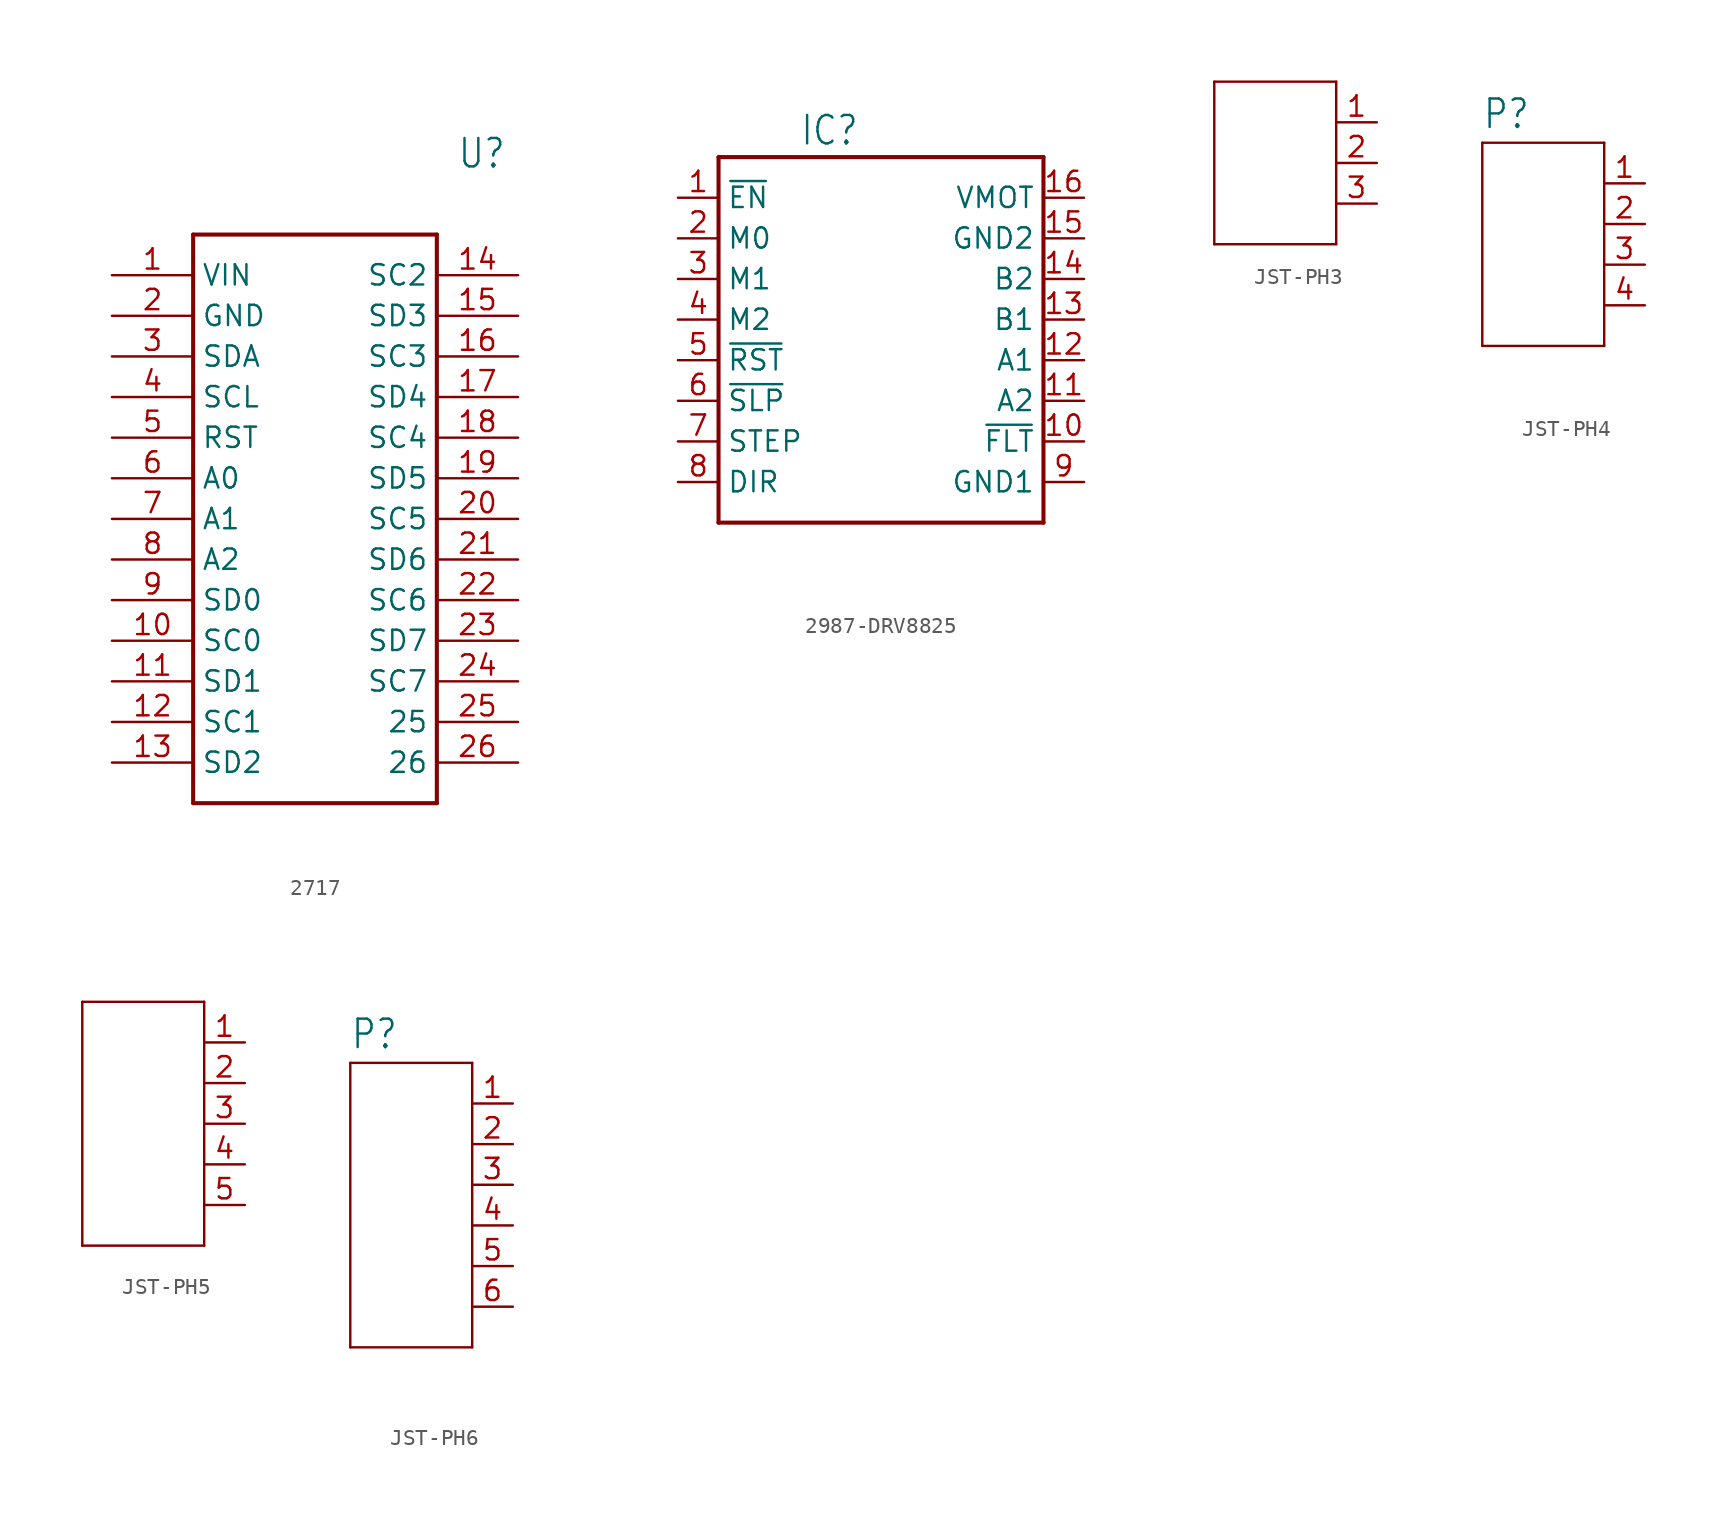
<source format=kicad_sym>
(kicad_symbol_lib
  (version 20231120)
  (generator "kicad_symbol_editor")
  (generator_version "8.0")
  (symbol "2717"
    (property "Reference" "U"
      (at 21.59 7.62 0)
      (effects (font (size 1.778 1.511)) (justify left)))
    (property "Value" ""
      (at 21.59 5.08 0)
      (effects (font (size 1.778 1.511)) (justify left)))
    (property "ki_locked" ""
      (at 0 0 0)
      (effects (font (size 1.27 1.27))))
    (symbol "2717_1_0"
      (polyline (pts (xy 5.08 2.54) (xy 5.08 -33.02)) (stroke (width 0.254) (type solid)) (fill (type none)))
      (polyline (pts (xy 5.08 2.54) (xy 20.32 2.54)) (stroke (width 0.254) (type solid)) (fill (type none)))
      (polyline (pts (xy 20.32 -33.02) (xy 5.08 -33.02)) (stroke (width 0.254) (type solid)) (fill (type none)))
      (polyline (pts (xy 20.32 -33.02) (xy 20.32 2.54)) (stroke (width 0.254) (type solid)) (fill (type none)))
      (pin bidirectional line (at 0 0 0) (length 5.08) (name "VIN" (effects (font (size 1.27 1.27)))) (number "1" (effects (font (size 1.27 1.27)))))
      (pin bidirectional line (at 0 -22.86 0) (length 5.08) (name "SC0" (effects (font (size 1.27 1.27)))) (number "10" (effects (font (size 1.27 1.27)))))
      (pin bidirectional line (at 0 -25.4 0) (length 5.08) (name "SD1" (effects (font (size 1.27 1.27)))) (number "11" (effects (font (size 1.27 1.27)))))
      (pin bidirectional line (at 0 -27.94 0) (length 5.08) (name "SC1" (effects (font (size 1.27 1.27)))) (number "12" (effects (font (size 1.27 1.27)))))
      (pin bidirectional line (at 0 -30.48 0) (length 5.08) (name "SD2" (effects (font (size 1.27 1.27)))) (number "13" (effects (font (size 1.27 1.27)))))
      (pin bidirectional line (at 25.4 0 180) (length 5.08) (name "SC2" (effects (font (size 1.27 1.27)))) (number "14" (effects (font (size 1.27 1.27)))))
      (pin bidirectional line (at 25.4 -2.54 180) (length 5.08) (name "SD3" (effects (font (size 1.27 1.27)))) (number "15" (effects (font (size 1.27 1.27)))))
      (pin bidirectional line (at 25.4 -5.08 180) (length 5.08) (name "SC3" (effects (font (size 1.27 1.27)))) (number "16" (effects (font (size 1.27 1.27)))))
      (pin bidirectional line (at 25.4 -7.62 180) (length 5.08) (name "SD4" (effects (font (size 1.27 1.27)))) (number "17" (effects (font (size 1.27 1.27)))))
      (pin bidirectional line (at 25.4 -10.16 180) (length 5.08) (name "SC4" (effects (font (size 1.27 1.27)))) (number "18" (effects (font (size 1.27 1.27)))))
      (pin bidirectional line (at 25.4 -12.7 180) (length 5.08) (name "SD5" (effects (font (size 1.27 1.27)))) (number "19" (effects (font (size 1.27 1.27)))))
      (pin bidirectional line (at 0 -2.54 0) (length 5.08) (name "GND" (effects (font (size 1.27 1.27)))) (number "2" (effects (font (size 1.27 1.27)))))
      (pin bidirectional line (at 25.4 -15.24 180) (length 5.08) (name "SC5" (effects (font (size 1.27 1.27)))) (number "20" (effects (font (size 1.27 1.27)))))
      (pin bidirectional line (at 25.4 -17.78 180) (length 5.08) (name "SD6" (effects (font (size 1.27 1.27)))) (number "21" (effects (font (size 1.27 1.27)))))
      (pin bidirectional line (at 25.4 -20.32 180) (length 5.08) (name "SC6" (effects (font (size 1.27 1.27)))) (number "22" (effects (font (size 1.27 1.27)))))
      (pin bidirectional line (at 25.4 -22.86 180) (length 5.08) (name "SD7" (effects (font (size 1.27 1.27)))) (number "23" (effects (font (size 1.27 1.27)))))
      (pin bidirectional line (at 25.4 -25.4 180) (length 5.08) (name "SC7" (effects (font (size 1.27 1.27)))) (number "24" (effects (font (size 1.27 1.27)))))
      (pin bidirectional line (at 25.4 -27.94 180) (length 5.08) (name "25" (effects (font (size 1.27 1.27)))) (number "25" (effects (font (size 1.27 1.27)))))
      (pin bidirectional line (at 25.4 -30.48 180) (length 5.08) (name "26" (effects (font (size 1.27 1.27)))) (number "26" (effects (font (size 1.27 1.27)))))
      (pin bidirectional line (at 0 -5.08 0) (length 5.08) (name "SDA" (effects (font (size 1.27 1.27)))) (number "3" (effects (font (size 1.27 1.27)))))
      (pin bidirectional line (at 0 -7.62 0) (length 5.08) (name "SCL" (effects (font (size 1.27 1.27)))) (number "4" (effects (font (size 1.27 1.27)))))
      (pin bidirectional line (at 0 -10.16 0) (length 5.08) (name "RST" (effects (font (size 1.27 1.27)))) (number "5" (effects (font (size 1.27 1.27)))))
      (pin bidirectional line (at 0 -12.7 0) (length 5.08) (name "A0" (effects (font (size 1.27 1.27)))) (number "6" (effects (font (size 1.27 1.27)))))
      (pin bidirectional line (at 0 -15.24 0) (length 5.08) (name "A1" (effects (font (size 1.27 1.27)))) (number "7" (effects (font (size 1.27 1.27)))))
      (pin bidirectional line (at 0 -17.78 0) (length 5.08) (name "A2" (effects (font (size 1.27 1.27)))) (number "8" (effects (font (size 1.27 1.27)))))
      (pin bidirectional line (at 0 -20.32 0) (length 5.08) (name "SD0" (effects (font (size 1.27 1.27)))) (number "9" (effects (font (size 1.27 1.27)))))))
  (symbol "2987-DRV8825"
    (property "Reference" "IC"
      (at -5.08 10.795 0)
      (effects (font (size 1.778 1.511)) (justify left bottom)))
    (property "Value" ""
      (at -5.08 -15.24 0)
      (effects (font (size 1.778 1.511)) (justify left bottom)))
    (property "ki_locked" ""
      (at 0 0 0)
      (effects (font (size 1.27 1.27))))
    (symbol "2987-DRV8825_1_0"
      (polyline (pts (xy -10.16 -12.7) (xy -10.16 10.16)) (stroke (width 0.254) (type solid)) (fill (type none)))
      (polyline (pts (xy -10.16 10.16) (xy 10.16 10.16)) (stroke (width 0.254) (type solid)) (fill (type none)))
      (polyline (pts (xy 10.16 -12.7) (xy -10.16 -12.7)) (stroke (width 0.254) (type solid)) (fill (type none)))
      (polyline (pts (xy 10.16 10.16) (xy 10.16 -12.7)) (stroke (width 0.254) (type solid)) (fill (type none)))
      (pin passive line (at -12.7 7.62 0) (length 2.54) (name "~{EN}" (effects (font (size 1.27 1.27)))) (number "1" (effects (font (size 1.27 1.27)))))
      (pin open_collector line (at 12.7 -7.62 180) (length 2.54) (name "~{FLT}" (effects (font (size 1.27 1.27)))) (number "10" (effects (font (size 1.27 1.27)))))
      (pin output line (at 12.7 -5.08 180) (length 2.54) (name "A2" (effects (font (size 1.27 1.27)))) (number "11" (effects (font (size 1.27 1.27)))))
      (pin output line (at 12.7 -2.54 180) (length 2.54) (name "A1" (effects (font (size 1.27 1.27)))) (number "12" (effects (font (size 1.27 1.27)))))
      (pin output line (at 12.7 0 180) (length 2.54) (name "B1" (effects (font (size 1.27 1.27)))) (number "13" (effects (font (size 1.27 1.27)))))
      (pin output line (at 12.7 2.54 180) (length 2.54) (name "B2" (effects (font (size 1.27 1.27)))) (number "14" (effects (font (size 1.27 1.27)))))
      (pin power_in line (at 12.7 5.08 180) (length 2.54) (name "GND2" (effects (font (size 1.27 1.27)))) (number "15" (effects (font (size 1.27 1.27)))))
      (pin power_in line (at 12.7 7.62 180) (length 2.54) (name "VMOT" (effects (font (size 1.27 1.27)))) (number "16" (effects (font (size 1.27 1.27)))))
      (pin passive line (at -12.7 5.08 0) (length 2.54) (name "M0" (effects (font (size 1.27 1.27)))) (number "2" (effects (font (size 1.27 1.27)))))
      (pin passive line (at -12.7 2.54 0) (length 2.54) (name "M1" (effects (font (size 1.27 1.27)))) (number "3" (effects (font (size 1.27 1.27)))))
      (pin passive line (at -12.7 0 0) (length 2.54) (name "M2" (effects (font (size 1.27 1.27)))) (number "4" (effects (font (size 1.27 1.27)))))
      (pin input line (at -12.7 -2.54 0) (length 2.54) (name "~{RST}" (effects (font (size 1.27 1.27)))) (number "5" (effects (font (size 1.27 1.27)))))
      (pin input line (at -12.7 -5.08 0) (length 2.54) (name "~{SLP}" (effects (font (size 1.27 1.27)))) (number "6" (effects (font (size 1.27 1.27)))))
      (pin input line (at -12.7 -7.62 0) (length 2.54) (name "STEP" (effects (font (size 1.27 1.27)))) (number "7" (effects (font (size 1.27 1.27)))))
      (pin input line (at -12.7 -10.16 0) (length 2.54) (name "DIR" (effects (font (size 1.27 1.27)))) (number "8" (effects (font (size 1.27 1.27)))))
      (pin power_in line (at 12.7 -10.16 180) (length 2.54) (name "GND1" (effects (font (size 1.27 1.27)))) (number "9" (effects (font (size 1.27 1.27)))))))
  (symbol "JST-PH3"
    (property "Reference" ""
      (at -2.54 5.842 0)
      (effects (font (size 1.778 1.511)) (justify left bottom) (hide yes)))
    (property "ki_locked" ""
      (at 0 0 0)
      (effects (font (size 1.27 1.27))))
    (symbol "JST-PH3_1_0"
      (polyline (pts (xy -2.54 -5.08) (xy 5.08 -5.08)) (stroke (width 0.152) (type solid)) (fill (type none)))
      (polyline (pts (xy -2.54 5.08) (xy -2.54 -5.08)) (stroke (width 0.152) (type solid)) (fill (type none)))
      (polyline (pts (xy 5.08 -5.08) (xy 5.08 5.08)) (stroke (width 0.152) (type solid)) (fill (type none)))
      (polyline (pts (xy 5.08 5.08) (xy -2.54 5.08)) (stroke (width 0.152) (type solid)) (fill (type none)))
      (pin passive line (at 7.62 2.54 180) (length 2.54) (name "1" (effects (font (size 0 0)))) (number "1" (effects (font (size 1.27 1.27)))))
      (pin passive line (at 7.62 0 180) (length 2.54) (name "2" (effects (font (size 0 0)))) (number "2" (effects (font (size 1.27 1.27)))))
      (pin passive line (at 7.62 -2.54 180) (length 2.54) (name "3" (effects (font (size 0 0)))) (number "3" (effects (font (size 1.27 1.27)))))))
  (symbol "JST-PH4"
    (property "Reference" "P"
      (at -2.54 5.842 0)
      (effects (font (size 1.778 1.511)) (justify left bottom)))
    (property "Value" ""
      (at -2.54 -9.906 0)
      (effects (font (size 1.778 1.511)) (justify left bottom)))
    (property "ki_locked" ""
      (at 0 0 0)
      (effects (font (size 1.27 1.27))))
    (symbol "JST-PH4_1_0"
      (polyline (pts (xy -2.54 -7.62) (xy 5.08 -7.62)) (stroke (width 0.152) (type solid)) (fill (type none)))
      (polyline (pts (xy -2.54 5.08) (xy -2.54 -7.62)) (stroke (width 0.152) (type solid)) (fill (type none)))
      (polyline (pts (xy 5.08 -7.62) (xy 5.08 5.08)) (stroke (width 0.152) (type solid)) (fill (type none)))
      (polyline (pts (xy 5.08 5.08) (xy -2.54 5.08)) (stroke (width 0.152) (type solid)) (fill (type none)))
      (pin passive line (at 7.62 2.54 180) (length 2.54) (name "1" (effects (font (size 0 0)))) (number "1" (effects (font (size 1.27 1.27)))))
      (pin passive line (at 7.62 0 180) (length 2.54) (name "2" (effects (font (size 0 0)))) (number "2" (effects (font (size 1.27 1.27)))))
      (pin passive line (at 7.62 -2.54 180) (length 2.54) (name "3" (effects (font (size 0 0)))) (number "3" (effects (font (size 1.27 1.27)))))
      (pin passive line (at 7.62 -5.08 180) (length 2.54) (name "4" (effects (font (size 0 0)))) (number "4" (effects (font (size 1.27 1.27)))))))
  (symbol "JST-PH5"
    (property "Reference" ""
      (at -2.54 5.842 0)
      (effects (font (size 1.778 1.511)) (justify left bottom) (hide yes)))
    (property "Value" ""
      (at -2.54 -9.906 0)
      (effects (font (size 1.778 1.511)) (justify left bottom)))
    (property "ki_locked" ""
      (at 0 0 0)
      (effects (font (size 1.27 1.27))))
    (symbol "JST-PH5_1_0"
      (polyline (pts (xy -2.54 -10.16) (xy 5.08 -10.16)) (stroke (width 0.152) (type solid)) (fill (type none)))
      (polyline (pts (xy -2.54 5.08) (xy -2.54 -10.16)) (stroke (width 0.152) (type solid)) (fill (type none)))
      (polyline (pts (xy 5.08 -10.16) (xy 5.08 5.08)) (stroke (width 0.152) (type solid)) (fill (type none)))
      (polyline (pts (xy 5.08 5.08) (xy -2.54 5.08)) (stroke (width 0.152) (type solid)) (fill (type none)))
      (pin passive line (at 7.62 2.54 180) (length 2.54) (name "1" (effects (font (size 0 0)))) (number "1" (effects (font (size 1.27 1.27)))))
      (pin passive line (at 7.62 0 180) (length 2.54) (name "2" (effects (font (size 0 0)))) (number "2" (effects (font (size 1.27 1.27)))))
      (pin passive line (at 7.62 -2.54 180) (length 2.54) (name "3" (effects (font (size 0 0)))) (number "3" (effects (font (size 1.27 1.27)))))
      (pin passive line (at 7.62 -5.08 180) (length 2.54) (name "4" (effects (font (size 0 0)))) (number "4" (effects (font (size 1.27 1.27)))))
      (pin passive line (at 7.62 -7.62 180) (length 2.54) (name "5" (effects (font (size 0 0)))) (number "5" (effects (font (size 1.27 1.27)))))))
  (symbol "JST-PH6"
    (property "Reference" "P"
      (at -2.54 8.382 0)
      (effects (font (size 1.778 1.511)) (justify left bottom)))
    (property "Value" ""
      (at -2.54 -12.446 0)
      (effects (font (size 1.778 1.511)) (justify left bottom)))
    (property "ki_locked" ""
      (at 0 0 0)
      (effects (font (size 1.27 1.27))))
    (symbol "JST-PH6_1_0"
      (polyline (pts (xy -2.54 -10.16) (xy 5.08 -10.16)) (stroke (width 0.152) (type solid)) (fill (type none)))
      (polyline (pts (xy -2.54 7.62) (xy -2.54 -10.16)) (stroke (width 0.152) (type solid)) (fill (type none)))
      (polyline (pts (xy 5.08 -10.16) (xy 5.08 7.62)) (stroke (width 0.152) (type solid)) (fill (type none)))
      (polyline (pts (xy 5.08 7.62) (xy -2.54 7.62)) (stroke (width 0.152) (type solid)) (fill (type none)))
      (pin passive line (at 7.62 5.08 180) (length 2.54) (name "1" (effects (font (size 0 0)))) (number "1" (effects (font (size 1.27 1.27)))))
      (pin passive line (at 7.62 2.54 180) (length 2.54) (name "2" (effects (font (size 0 0)))) (number "2" (effects (font (size 1.27 1.27)))))
      (pin passive line (at 7.62 0 180) (length 2.54) (name "3" (effects (font (size 0 0)))) (number "3" (effects (font (size 1.27 1.27)))))
      (pin passive line (at 7.62 -2.54 180) (length 2.54) (name "4" (effects (font (size 0 0)))) (number "4" (effects (font (size 1.27 1.27)))))
      (pin passive line (at 7.62 -5.08 180) (length 2.54) (name "5" (effects (font (size 0 0)))) (number "5" (effects (font (size 1.27 1.27)))))
      (pin passive line (at 7.62 -7.62 180) (length 2.54) (name "6" (effects (font (size 0 0)))) (number "6" (effects (font (size 1.27 1.27))))))))
</source>
